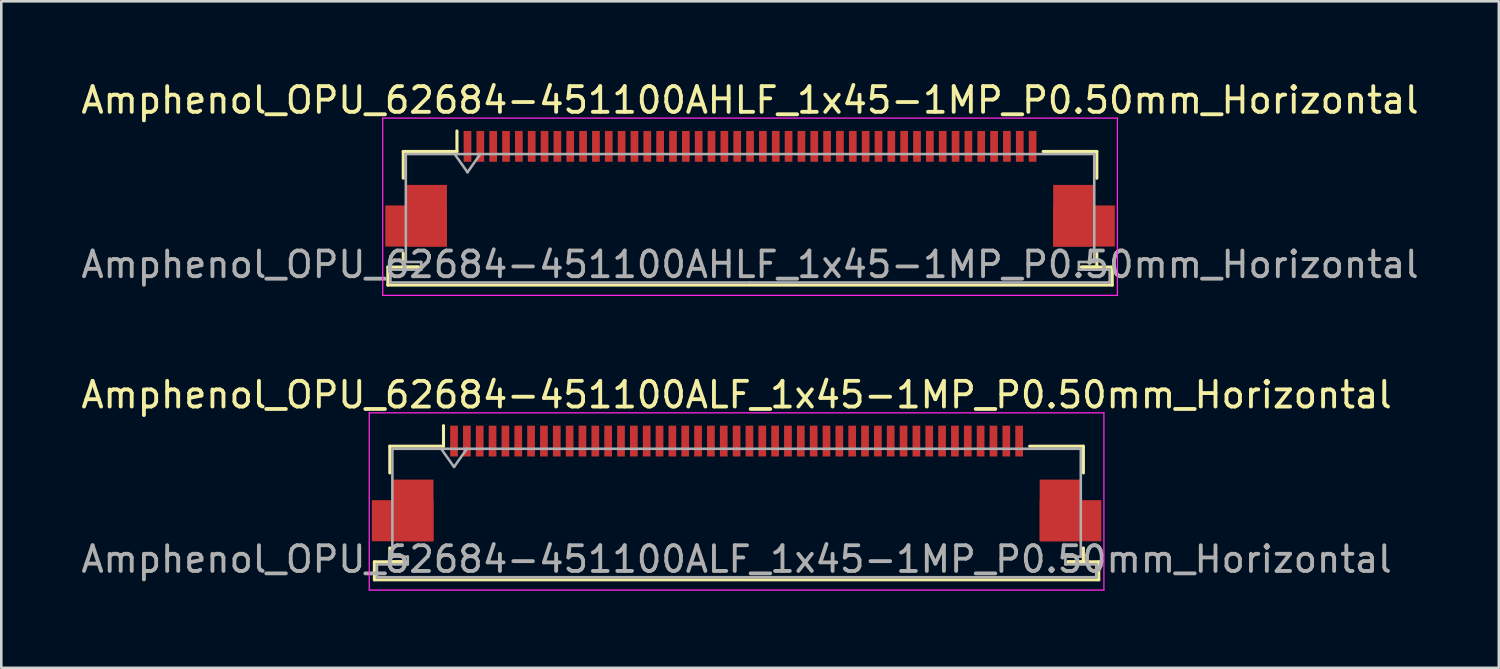
<source format=kicad_pcb>
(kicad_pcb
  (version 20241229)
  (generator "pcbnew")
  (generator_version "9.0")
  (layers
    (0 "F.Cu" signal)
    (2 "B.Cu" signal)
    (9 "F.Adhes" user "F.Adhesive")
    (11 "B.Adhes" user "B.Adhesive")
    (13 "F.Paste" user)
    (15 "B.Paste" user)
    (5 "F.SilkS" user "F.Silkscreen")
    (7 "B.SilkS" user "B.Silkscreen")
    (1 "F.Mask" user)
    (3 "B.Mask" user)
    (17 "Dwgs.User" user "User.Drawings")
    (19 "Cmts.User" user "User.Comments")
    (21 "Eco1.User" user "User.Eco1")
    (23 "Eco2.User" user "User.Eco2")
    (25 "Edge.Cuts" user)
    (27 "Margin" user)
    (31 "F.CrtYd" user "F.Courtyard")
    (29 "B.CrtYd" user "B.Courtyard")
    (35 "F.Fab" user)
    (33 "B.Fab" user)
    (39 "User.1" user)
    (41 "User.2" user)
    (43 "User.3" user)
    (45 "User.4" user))
  (footprint "Amphenol_OPU_62684-451100ALF_1x45-1MP_P0.50mm_Horizontal"
    (layer "F.Cu")
    (at 25.625 15.771)
    (property "Reference" "Amphenol_OPU_62684-451100ALF_1x45-1MP_P0.50mm_Horizontal" (at 0 -3.45 0) (layer "F.SilkS") (effects (font (size 1 1) (thickness 0.15))))
    (attr smd)
    (fp_line (start -14.1 3.05) (end -14.1 3.75) (stroke (width 0.12) (type solid)) (layer "F.SilkS"))
    (fp_line (start -14.1 3.75) (end 14.1 3.75) (stroke (width 0.12) (type solid)) (layer "F.SilkS"))
    (fp_line (start -13.5 -1.45) (end -13.5 -0.41) (stroke (width 0.12) (type solid)) (layer "F.SilkS"))
    (fp_line (start -13.5 2.51) (end -13.5 3.05) (stroke (width 0.12) (type solid)) (layer "F.SilkS"))
    (fp_line (start -13.5 3.05) (end -12.9 3.05) (stroke (width 0.12) (type solid)) (layer "F.SilkS"))
    (fp_line (start -12.9 3.05) (end -14.1 3.05) (stroke (width 0.12) (type solid)) (layer "F.SilkS"))
    (fp_line (start -11.41 -1.45) (end -13.5 -1.45) (stroke (width 0.12) (type solid)) (layer "F.SilkS"))
    (fp_line (start -11.41 -1.45) (end -11.41 -2.25) (stroke (width 0.12) (type solid)) (layer "F.SilkS"))
    (fp_line (start 11.41 -1.45) (end 13.5 -1.45) (stroke (width 0.12) (type solid)) (layer "F.SilkS"))
    (fp_line (start 12.9 3.05) (end 13.5 3.05) (stroke (width 0.12) (type solid)) (layer "F.SilkS"))
    (fp_line (start 13.5 -1.45) (end 13.5 -0.41) (stroke (width 0.12) (type solid)) (layer "F.SilkS"))
    (fp_line (start 13.5 3.05) (end 13.5 2.51) (stroke (width 0.12) (type solid)) (layer "F.SilkS"))
    (fp_line (start 14.1 3.05) (end 12.9 3.05) (stroke (width 0.12) (type solid)) (layer "F.SilkS"))
    (fp_line (start 14.1 3.75) (end 14.1 3.05) (stroke (width 0.12) (type solid)) (layer "F.SilkS"))
    (fp_line (start -14.3 -2.75) (end -14.3 4.15) (stroke (width 0.05) (type solid)) (layer "F.CrtYd"))
    (fp_line (start -14.3 4.15) (end 14.3 4.15) (stroke (width 0.05) (type solid)) (layer "F.CrtYd"))
    (fp_line (start 14.3 -2.75) (end -14.3 -2.75) (stroke (width 0.05) (type solid)) (layer "F.CrtYd"))
    (fp_line (start 14.3 4.15) (end 14.3 -2.75) (stroke (width 0.05) (type solid)) (layer "F.CrtYd"))
    (fp_line (start -14 3.15) (end -14 3.65) (stroke (width 0.1) (type solid)) (layer "F.Fab"))
    (fp_line (start -14 3.65) (end 0 3.65) (stroke (width 0.1) (type solid)) (layer "F.Fab"))
    (fp_line (start -13.4 -1.35) (end -13.4 2.85) (stroke (width 0.1) (type solid)) (layer "F.Fab"))
    (fp_line (start -13.4 2.85) (end -12.8 2.85) (stroke (width 0.1) (type solid)) (layer "F.Fab"))
    (fp_line (start -12.8 2.85) (end -12.8 3.15) (stroke (width 0.1) (type solid)) (layer "F.Fab"))
    (fp_line (start -12.8 3.15) (end -14 3.15) (stroke (width 0.1) (type solid)) (layer "F.Fab"))
    (fp_line (start -11.5 -1.35) (end -11 -0.643) (stroke (width 0.1) (type solid)) (layer "F.Fab"))
    (fp_line (start -11 -0.643) (end -10.5 -1.35) (stroke (width 0.1) (type solid)) (layer "F.Fab"))
    (fp_line (start 0 -1.35) (end -13.4 -1.35) (stroke (width 0.1) (type solid)) (layer "F.Fab"))
    (fp_line (start 0 -1.35) (end 13.4 -1.35) (stroke (width 0.1) (type solid)) (layer "F.Fab"))
    (fp_line (start 12.8 2.85) (end 12.8 3.15) (stroke (width 0.1) (type solid)) (layer "F.Fab"))
    (fp_line (start 12.8 3.15) (end 14 3.15) (stroke (width 0.1) (type solid)) (layer "F.Fab"))
    (fp_line (start 13.4 -1.35) (end 13.4 2.85) (stroke (width 0.1) (type solid)) (layer "F.Fab"))
    (fp_line (start 13.4 2.85) (end 12.8 2.85) (stroke (width 0.1) (type solid)) (layer "F.Fab"))
    (fp_line (start 14 3.15) (end 14 3.65) (stroke (width 0.1) (type solid)) (layer "F.Fab"))
    (fp_line (start 14 3.65) (end 0 3.65) (stroke (width 0.1) (type solid)) (layer "F.Fab"))
    (fp_text user "${REFERENCE}" (at 0 2.95 0) (layer "F.Fab") (effects (font (size 1 1) (thickness 0.15))))
    (pad "1" smd rect (at -11 -1.65) (size 0.3 1.2) (layers "F.Cu" "F.Mask" "F.Paste"))
    (pad "2" smd rect (at -10.5 -1.65) (size 0.3 1.2) (layers "F.Cu" "F.Mask" "F.Paste"))
    (pad "3" smd rect (at -10 -1.65) (size 0.3 1.2) (layers "F.Cu" "F.Mask" "F.Paste"))
    (pad "4" smd rect (at -9.5 -1.65) (size 0.3 1.2) (layers "F.Cu" "F.Mask" "F.Paste"))
    (pad "5" smd rect (at -9 -1.65) (size 0.3 1.2) (layers "F.Cu" "F.Mask" "F.Paste"))
    (pad "6" smd rect (at -8.5 -1.65) (size 0.3 1.2) (layers "F.Cu" "F.Mask" "F.Paste"))
    (pad "7" smd rect (at -8 -1.65) (size 0.3 1.2) (layers "F.Cu" "F.Mask" "F.Paste"))
    (pad "8" smd rect (at -7.5 -1.65) (size 0.3 1.2) (layers "F.Cu" "F.Mask" "F.Paste"))
    (pad "9" smd rect (at -7 -1.65) (size 0.3 1.2) (layers "F.Cu" "F.Mask" "F.Paste"))
    (pad "10" smd rect (at -6.5 -1.65) (size 0.3 1.2) (layers "F.Cu" "F.Mask" "F.Paste"))
    (pad "11" smd rect (at -6 -1.65) (size 0.3 1.2) (layers "F.Cu" "F.Mask" "F.Paste"))
    (pad "12" smd rect (at -5.5 -1.65) (size 0.3 1.2) (layers "F.Cu" "F.Mask" "F.Paste"))
    (pad "13" smd rect (at -5 -1.65) (size 0.3 1.2) (layers "F.Cu" "F.Mask" "F.Paste"))
    (pad "14" smd rect (at -4.5 -1.65) (size 0.3 1.2) (layers "F.Cu" "F.Mask" "F.Paste"))
    (pad "15" smd rect (at -4 -1.65) (size 0.3 1.2) (layers "F.Cu" "F.Mask" "F.Paste"))
    (pad "16" smd rect (at -3.5 -1.65) (size 0.3 1.2) (layers "F.Cu" "F.Mask" "F.Paste"))
    (pad "17" smd rect (at -3 -1.65) (size 0.3 1.2) (layers "F.Cu" "F.Mask" "F.Paste"))
    (pad "18" smd rect (at -2.5 -1.65) (size 0.3 1.2) (layers "F.Cu" "F.Mask" "F.Paste"))
    (pad "19" smd rect (at -2 -1.65) (size 0.3 1.2) (layers "F.Cu" "F.Mask" "F.Paste"))
    (pad "20" smd rect (at -1.5 -1.65) (size 0.3 1.2) (layers "F.Cu" "F.Mask" "F.Paste"))
    (pad "21" smd rect (at -1 -1.65) (size 0.3 1.2) (layers "F.Cu" "F.Mask" "F.Paste"))
    (pad "22" smd rect (at -0.5 -1.65) (size 0.3 1.2) (layers "F.Cu" "F.Mask" "F.Paste"))
    (pad "23" smd rect (at 0 -1.65) (size 0.3 1.2) (layers "F.Cu" "F.Mask" "F.Paste"))
    (pad "24" smd rect (at 0.5 -1.65) (size 0.3 1.2) (layers "F.Cu" "F.Mask" "F.Paste"))
    (pad "25" smd rect (at 1 -1.65) (size 0.3 1.2) (layers "F.Cu" "F.Mask" "F.Paste"))
    (pad "26" smd rect (at 1.5 -1.65) (size 0.3 1.2) (layers "F.Cu" "F.Mask" "F.Paste"))
    (pad "27" smd rect (at 2 -1.65) (size 0.3 1.2) (layers "F.Cu" "F.Mask" "F.Paste"))
    (pad "28" smd rect (at 2.5 -1.65) (size 0.3 1.2) (layers "F.Cu" "F.Mask" "F.Paste"))
    (pad "29" smd rect (at 3 -1.65) (size 0.3 1.2) (layers "F.Cu" "F.Mask" "F.Paste"))
    (pad "30" smd rect (at 3.5 -1.65) (size 0.3 1.2) (layers "F.Cu" "F.Mask" "F.Paste"))
    (pad "31" smd rect (at 4 -1.65) (size 0.3 1.2) (layers "F.Cu" "F.Mask" "F.Paste"))
    (pad "32" smd rect (at 4.5 -1.65) (size 0.3 1.2) (layers "F.Cu" "F.Mask" "F.Paste"))
    (pad "33" smd rect (at 5 -1.65) (size 0.3 1.2) (layers "F.Cu" "F.Mask" "F.Paste"))
    (pad "34" smd rect (at 5.5 -1.65) (size 0.3 1.2) (layers "F.Cu" "F.Mask" "F.Paste"))
    (pad "35" smd rect (at 6 -1.65) (size 0.3 1.2) (layers "F.Cu" "F.Mask" "F.Paste"))
    (pad "36" smd rect (at 6.5 -1.65) (size 0.3 1.2) (layers "F.Cu" "F.Mask" "F.Paste"))
    (pad "37" smd rect (at 7 -1.65) (size 0.3 1.2) (layers "F.Cu" "F.Mask" "F.Paste"))
    (pad "38" smd rect (at 7.5 -1.65) (size 0.3 1.2) (layers "F.Cu" "F.Mask" "F.Paste"))
    (pad "39" smd rect (at 8 -1.65) (size 0.3 1.2) (layers "F.Cu" "F.Mask" "F.Paste"))
    (pad "40" smd rect (at 8.5 -1.65) (size 0.3 1.2) (layers "F.Cu" "F.Mask" "F.Paste"))
    (pad "41" smd rect (at 9 -1.65) (size 0.3 1.2) (layers "F.Cu" "F.Mask" "F.Paste"))
    (pad "42" smd rect (at 9.5 -1.65) (size 0.3 1.2) (layers "F.Cu" "F.Mask" "F.Paste"))
    (pad "43" smd rect (at 10 -1.65) (size 0.3 1.2) (layers "F.Cu" "F.Mask" "F.Paste"))
    (pad "44" smd rect (at 10.5 -1.65) (size 0.3 1.2) (layers "F.Cu" "F.Mask" "F.Paste"))
    (pad "45" smd rect (at 11 -1.65) (size 0.3 1.2) (layers "F.Cu" "F.Mask" "F.Paste"))
    (pad "MP" smd rect (at -13 1.45) (size 2.4 1.6) (layers "F.Cu" "F.Mask" "F.Paste"))
    (pad "MP" smd rect (at -12.6 1.05) (size 1.6 2.4) (layers "F.Cu" "F.Mask" "F.Paste"))
    (pad "MP" smd rect (at 12.6 1.05) (size 1.6 2.4) (layers "F.Cu" "F.Mask" "F.Paste"))
    (pad "MP" smd rect (at 13 1.45) (size 2.4 1.6) (layers "F.Cu" "F.Mask" "F.Paste")))
  (footprint "Amphenol_OPU_62684-451100AHLF_1x45-1MP_P0.50mm_Horizontal"
    (layer "F.Cu")
    (at 26.149 4.298)
    (property "Reference" "Amphenol_OPU_62684-451100AHLF_1x45-1MP_P0.50mm_Horizontal" (at 0 -3.45 0) (layer "F.SilkS") (effects (font (size 1 1) (thickness 0.15))))
    (attr smd)
    (fp_line (start -14.1 3.05) (end -14.1 3.75) (stroke (width 0.12) (type solid)) (layer "F.SilkS"))
    (fp_line (start -14.1 3.75) (end 14.1 3.75) (stroke (width 0.12) (type solid)) (layer "F.SilkS"))
    (fp_line (start -13.5 -1.45) (end -13.5 -0.41) (stroke (width 0.12) (type solid)) (layer "F.SilkS"))
    (fp_line (start -13.5 2.51) (end -13.5 3.05) (stroke (width 0.12) (type solid)) (layer "F.SilkS"))
    (fp_line (start -13.5 3.05) (end -12.9 3.05) (stroke (width 0.12) (type solid)) (layer "F.SilkS"))
    (fp_line (start -12.9 3.05) (end -14.1 3.05) (stroke (width 0.12) (type solid)) (layer "F.SilkS"))
    (fp_line (start -11.41 -1.45) (end -13.5 -1.45) (stroke (width 0.12) (type solid)) (layer "F.SilkS"))
    (fp_line (start -11.41 -1.45) (end -11.41 -2.25) (stroke (width 0.12) (type solid)) (layer "F.SilkS"))
    (fp_line (start 11.41 -1.45) (end 13.5 -1.45) (stroke (width 0.12) (type solid)) (layer "F.SilkS"))
    (fp_line (start 12.9 3.05) (end 13.5 3.05) (stroke (width 0.12) (type solid)) (layer "F.SilkS"))
    (fp_line (start 13.5 -1.45) (end 13.5 -0.41) (stroke (width 0.12) (type solid)) (layer "F.SilkS"))
    (fp_line (start 13.5 3.05) (end 13.5 2.51) (stroke (width 0.12) (type solid)) (layer "F.SilkS"))
    (fp_line (start 14.1 3.05) (end 12.9 3.05) (stroke (width 0.12) (type solid)) (layer "F.SilkS"))
    (fp_line (start 14.1 3.75) (end 14.1 3.05) (stroke (width 0.12) (type solid)) (layer "F.SilkS"))
    (fp_line (start -14.3 -2.75) (end -14.3 4.15) (stroke (width 0.05) (type solid)) (layer "F.CrtYd"))
    (fp_line (start -14.3 4.15) (end 14.3 4.15) (stroke (width 0.05) (type solid)) (layer "F.CrtYd"))
    (fp_line (start 14.3 -2.75) (end -14.3 -2.75) (stroke (width 0.05) (type solid)) (layer "F.CrtYd"))
    (fp_line (start 14.3 4.15) (end 14.3 -2.75) (stroke (width 0.05) (type solid)) (layer "F.CrtYd"))
    (fp_line (start -14 3.15) (end -14 3.65) (stroke (width 0.1) (type solid)) (layer "F.Fab"))
    (fp_line (start -14 3.65) (end 0 3.65) (stroke (width 0.1) (type solid)) (layer "F.Fab"))
    (fp_line (start -13.4 -1.35) (end -13.4 2.85) (stroke (width 0.1) (type solid)) (layer "F.Fab"))
    (fp_line (start -13.4 2.85) (end -12.8 2.85) (stroke (width 0.1) (type solid)) (layer "F.Fab"))
    (fp_line (start -12.8 2.85) (end -12.8 3.15) (stroke (width 0.1) (type solid)) (layer "F.Fab"))
    (fp_line (start -12.8 3.15) (end -14 3.15) (stroke (width 0.1) (type solid)) (layer "F.Fab"))
    (fp_line (start -11.5 -1.35) (end -11 -0.643) (stroke (width 0.1) (type solid)) (layer "F.Fab"))
    (fp_line (start -11 -0.643) (end -10.5 -1.35) (stroke (width 0.1) (type solid)) (layer "F.Fab"))
    (fp_line (start 0 -1.35) (end -13.4 -1.35) (stroke (width 0.1) (type solid)) (layer "F.Fab"))
    (fp_line (start 0 -1.35) (end 13.4 -1.35) (stroke (width 0.1) (type solid)) (layer "F.Fab"))
    (fp_line (start 12.8 2.85) (end 12.8 3.15) (stroke (width 0.1) (type solid)) (layer "F.Fab"))
    (fp_line (start 12.8 3.15) (end 14 3.15) (stroke (width 0.1) (type solid)) (layer "F.Fab"))
    (fp_line (start 13.4 -1.35) (end 13.4 2.85) (stroke (width 0.1) (type solid)) (layer "F.Fab"))
    (fp_line (start 13.4 2.85) (end 12.8 2.85) (stroke (width 0.1) (type solid)) (layer "F.Fab"))
    (fp_line (start 14 3.15) (end 14 3.65) (stroke (width 0.1) (type solid)) (layer "F.Fab"))
    (fp_line (start 14 3.65) (end 0 3.65) (stroke (width 0.1) (type solid)) (layer "F.Fab"))
    (fp_text user "${REFERENCE}" (at 0 2.95 0) (layer "F.Fab") (effects (font (size 1 1) (thickness 0.15))))
    (pad "1" smd rect (at -11 -1.65) (size 0.3 1.2) (layers "F.Cu" "F.Mask" "F.Paste"))
    (pad "2" smd rect (at -10.5 -1.65) (size 0.3 1.2) (layers "F.Cu" "F.Mask" "F.Paste"))
    (pad "3" smd rect (at -10 -1.65) (size 0.3 1.2) (layers "F.Cu" "F.Mask" "F.Paste"))
    (pad "4" smd rect (at -9.5 -1.65) (size 0.3 1.2) (layers "F.Cu" "F.Mask" "F.Paste"))
    (pad "5" smd rect (at -9 -1.65) (size 0.3 1.2) (layers "F.Cu" "F.Mask" "F.Paste"))
    (pad "6" smd rect (at -8.5 -1.65) (size 0.3 1.2) (layers "F.Cu" "F.Mask" "F.Paste"))
    (pad "7" smd rect (at -8 -1.65) (size 0.3 1.2) (layers "F.Cu" "F.Mask" "F.Paste"))
    (pad "8" smd rect (at -7.5 -1.65) (size 0.3 1.2) (layers "F.Cu" "F.Mask" "F.Paste"))
    (pad "9" smd rect (at -7 -1.65) (size 0.3 1.2) (layers "F.Cu" "F.Mask" "F.Paste"))
    (pad "10" smd rect (at -6.5 -1.65) (size 0.3 1.2) (layers "F.Cu" "F.Mask" "F.Paste"))
    (pad "11" smd rect (at -6 -1.65) (size 0.3 1.2) (layers "F.Cu" "F.Mask" "F.Paste"))
    (pad "12" smd rect (at -5.5 -1.65) (size 0.3 1.2) (layers "F.Cu" "F.Mask" "F.Paste"))
    (pad "13" smd rect (at -5 -1.65) (size 0.3 1.2) (layers "F.Cu" "F.Mask" "F.Paste"))
    (pad "14" smd rect (at -4.5 -1.65) (size 0.3 1.2) (layers "F.Cu" "F.Mask" "F.Paste"))
    (pad "15" smd rect (at -4 -1.65) (size 0.3 1.2) (layers "F.Cu" "F.Mask" "F.Paste"))
    (pad "16" smd rect (at -3.5 -1.65) (size 0.3 1.2) (layers "F.Cu" "F.Mask" "F.Paste"))
    (pad "17" smd rect (at -3 -1.65) (size 0.3 1.2) (layers "F.Cu" "F.Mask" "F.Paste"))
    (pad "18" smd rect (at -2.5 -1.65) (size 0.3 1.2) (layers "F.Cu" "F.Mask" "F.Paste"))
    (pad "19" smd rect (at -2 -1.65) (size 0.3 1.2) (layers "F.Cu" "F.Mask" "F.Paste"))
    (pad "20" smd rect (at -1.5 -1.65) (size 0.3 1.2) (layers "F.Cu" "F.Mask" "F.Paste"))
    (pad "21" smd rect (at -1 -1.65) (size 0.3 1.2) (layers "F.Cu" "F.Mask" "F.Paste"))
    (pad "22" smd rect (at -0.5 -1.65) (size 0.3 1.2) (layers "F.Cu" "F.Mask" "F.Paste"))
    (pad "23" smd rect (at 0 -1.65) (size 0.3 1.2) (layers "F.Cu" "F.Mask" "F.Paste"))
    (pad "24" smd rect (at 0.5 -1.65) (size 0.3 1.2) (layers "F.Cu" "F.Mask" "F.Paste"))
    (pad "25" smd rect (at 1 -1.65) (size 0.3 1.2) (layers "F.Cu" "F.Mask" "F.Paste"))
    (pad "26" smd rect (at 1.5 -1.65) (size 0.3 1.2) (layers "F.Cu" "F.Mask" "F.Paste"))
    (pad "27" smd rect (at 2 -1.65) (size 0.3 1.2) (layers "F.Cu" "F.Mask" "F.Paste"))
    (pad "28" smd rect (at 2.5 -1.65) (size 0.3 1.2) (layers "F.Cu" "F.Mask" "F.Paste"))
    (pad "29" smd rect (at 3 -1.65) (size 0.3 1.2) (layers "F.Cu" "F.Mask" "F.Paste"))
    (pad "30" smd rect (at 3.5 -1.65) (size 0.3 1.2) (layers "F.Cu" "F.Mask" "F.Paste"))
    (pad "31" smd rect (at 4 -1.65) (size 0.3 1.2) (layers "F.Cu" "F.Mask" "F.Paste"))
    (pad "32" smd rect (at 4.5 -1.65) (size 0.3 1.2) (layers "F.Cu" "F.Mask" "F.Paste"))
    (pad "33" smd rect (at 5 -1.65) (size 0.3 1.2) (layers "F.Cu" "F.Mask" "F.Paste"))
    (pad "34" smd rect (at 5.5 -1.65) (size 0.3 1.2) (layers "F.Cu" "F.Mask" "F.Paste"))
    (pad "35" smd rect (at 6 -1.65) (size 0.3 1.2) (layers "F.Cu" "F.Mask" "F.Paste"))
    (pad "36" smd rect (at 6.5 -1.65) (size 0.3 1.2) (layers "F.Cu" "F.Mask" "F.Paste"))
    (pad "37" smd rect (at 7 -1.65) (size 0.3 1.2) (layers "F.Cu" "F.Mask" "F.Paste"))
    (pad "38" smd rect (at 7.5 -1.65) (size 0.3 1.2) (layers "F.Cu" "F.Mask" "F.Paste"))
    (pad "39" smd rect (at 8 -1.65) (size 0.3 1.2) (layers "F.Cu" "F.Mask" "F.Paste"))
    (pad "40" smd rect (at 8.5 -1.65) (size 0.3 1.2) (layers "F.Cu" "F.Mask" "F.Paste"))
    (pad "41" smd rect (at 9 -1.65) (size 0.3 1.2) (layers "F.Cu" "F.Mask" "F.Paste"))
    (pad "42" smd rect (at 9.5 -1.65) (size 0.3 1.2) (layers "F.Cu" "F.Mask" "F.Paste"))
    (pad "43" smd rect (at 10 -1.65) (size 0.3 1.2) (layers "F.Cu" "F.Mask" "F.Paste"))
    (pad "44" smd rect (at 10.5 -1.65) (size 0.3 1.2) (layers "F.Cu" "F.Mask" "F.Paste"))
    (pad "45" smd rect (at 11 -1.65) (size 0.3 1.2) (layers "F.Cu" "F.Mask" "F.Paste"))
    (pad "MP" smd rect (at -13 1.45) (size 2.4 1.6) (layers "F.Cu" "F.Mask" "F.Paste"))
    (pad "MP" smd rect (at -12.6 1.05) (size 1.6 2.4) (layers "F.Cu" "F.Mask" "F.Paste"))
    (pad "MP" smd rect (at 12.6 1.05) (size 1.6 2.4) (layers "F.Cu" "F.Mask" "F.Paste"))
    (pad "MP" smd rect (at 13 1.45) (size 2.4 1.6) (layers "F.Cu" "F.Mask" "F.Paste")))
  (gr_rect
    (start -3 -3)
    (end 55.298 22.947)
    (stroke (width 0.1) (type default))
    (fill no)
    (layer "Edge.Cuts")))
</source>
